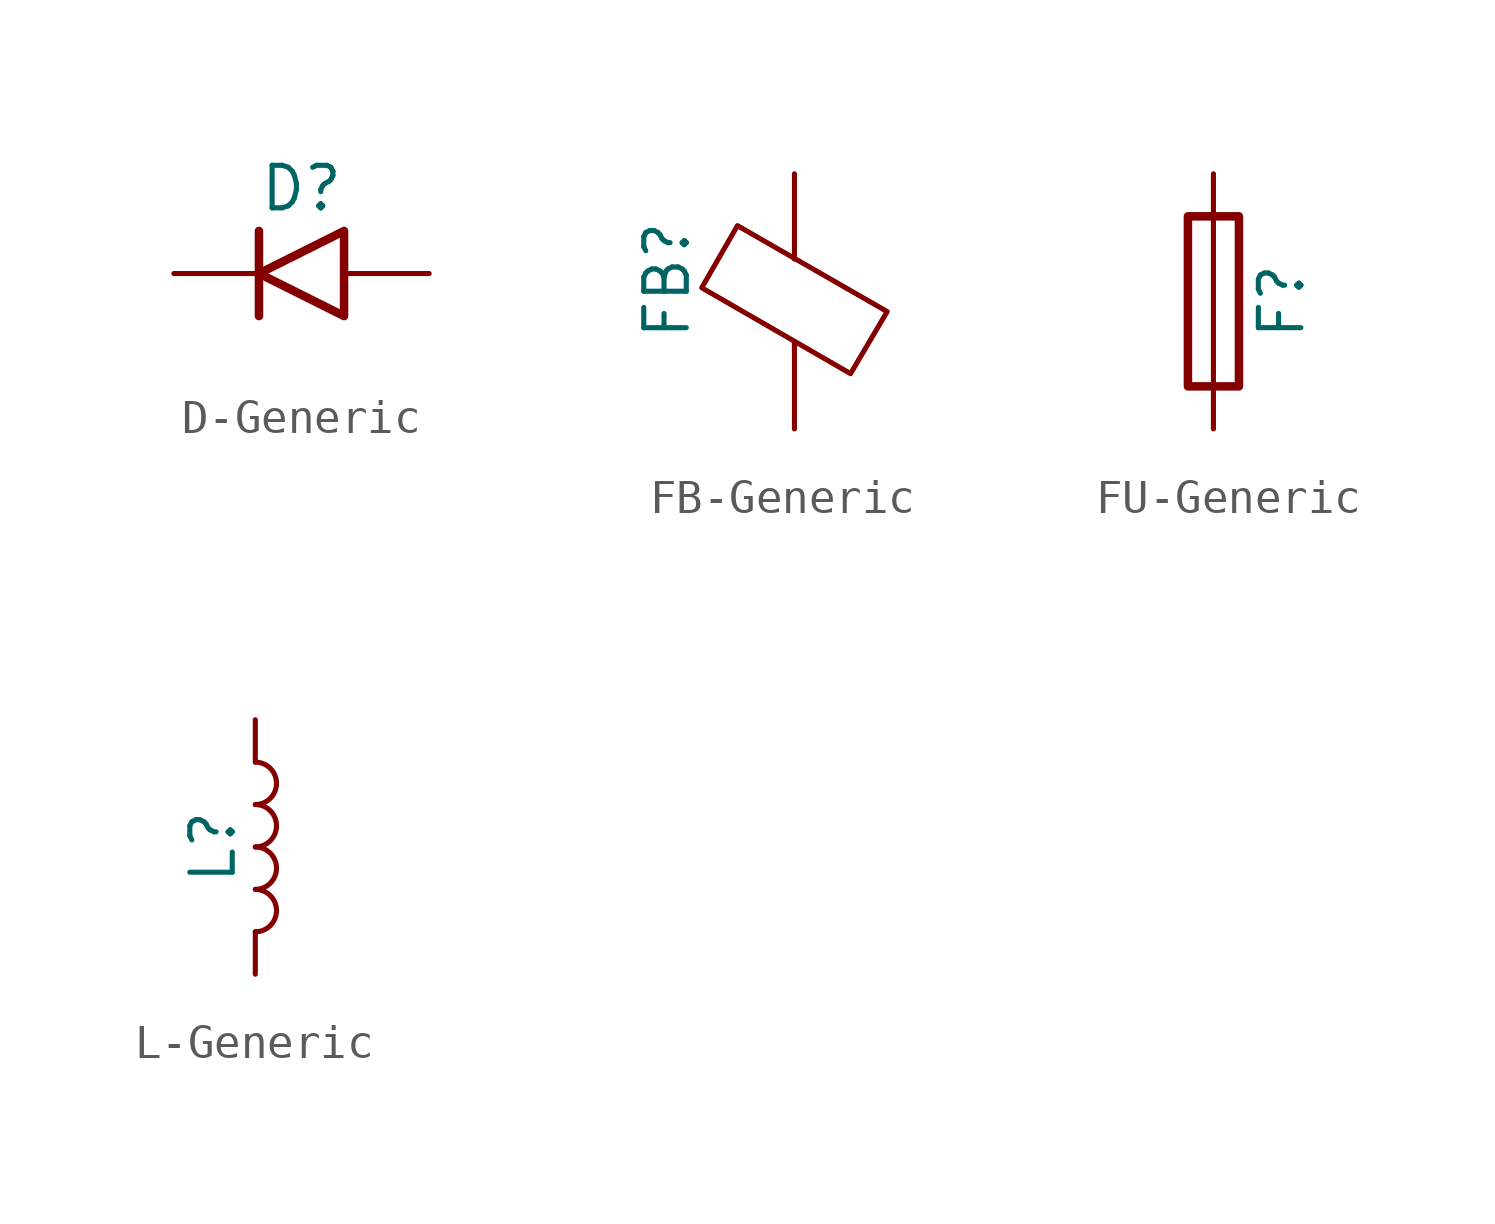
<source format=kicad_sym>
(kicad_symbol_lib
  (version 20241209)
  (generator "kicad_symbol_editor")
  (generator_version "9.0")
  (symbol "D-Generic"
    (pin_numbers
      (hide yes))
    (pin_names
      (offset 1.016)
      (hide yes))
    (property "Reference" "D"
      (at 0 2.54 0)
      (effects (font (size 1.27 1.27))))
    (property "Value" ""
      (at 0 -2.54 0)
      (effects (font (size 1.27 1.27))))
    (symbol "D-Generic_0_1"
      (polyline (pts (xy -1.27 1.27) (xy -1.27 -1.27)) (stroke (width 0.254) (type default)) (fill (type none)))
      (polyline (pts (xy 1.27 1.27) (xy 1.27 -1.27) (xy -1.27 0) (xy 1.27 1.27)) (stroke (width 0.254) (type default)) (fill (type none))))
    (symbol "D-Generic_1_1"
      (pin passive line (at -3.81 0 0) (length 2.54) (name "K" (effects (font (size 1.27 1.27)))) (number "1" (effects (font (size 1.27 1.27)))))
      (pin passive line (at 3.81 0 180) (length 2.54) (name "A" (effects (font (size 1.27 1.27)))) (number "2" (effects (font (size 1.27 1.27)))))))
  (symbol "FB-Generic"
    (pin_numbers
      (hide yes))
    (pin_names
      (offset 0))
    (property "Reference" "FB"
      (at -3.81 0.635 90)
      (effects (font (size 1.27 1.27))))
    (property "Value" ""
      (at 3.81 0 90)
      (effects (font (size 1.27 1.27))))
    (symbol "FB-Generic_0_1"
      (polyline (pts (xy -2.769 0.406) (xy -1.702 2.261) (xy 2.769 -0.305) (xy 1.676 -2.159) (xy -2.769 0.406)) (stroke (width 0) (type default)) (fill (type none)))
      (polyline (pts (xy 0 1.27) (xy 0 1.295)) (stroke (width 0) (type default)) (fill (type none)))
      (polyline (pts (xy 0 -1.27) (xy 0 -1.219)) (stroke (width 0) (type default)) (fill (type none))))
    (symbol "FB-Generic_1_1"
      (pin passive line (at 0 3.81 270) (length 2.54) (name "~" (effects (font (size 1.27 1.27)))) (number "1" (effects (font (size 1.27 1.27)))))
      (pin passive line (at 0 -3.81 90) (length 2.54) (name "~" (effects (font (size 1.27 1.27)))) (number "2" (effects (font (size 1.27 1.27)))))))
  (symbol "FU-Generic"
    (pin_numbers
      (hide yes))
    (pin_names
      (offset 0))
    (property "Reference" "F"
      (at 2.032 0 90)
      (effects (font (size 1.27 1.27))))
    (property "Value" ""
      (at -1.905 0 90)
      (effects (font (size 1.27 1.27))))
    (symbol "FU-Generic_0_1"
      (rectangle (start -0.762 -2.54) (end 0.762 2.54) (stroke (width 0.254) (type default)) (fill (type none)))
      (polyline (pts (xy 0 2.54) (xy 0 -2.54)) (stroke (width 0) (type default)) (fill (type none))))
    (symbol "FU-Generic_1_1"
      (pin passive line (at 0 3.81 270) (length 1.27) (name "~" (effects (font (size 1.27 1.27)))) (number "1" (effects (font (size 1.27 1.27)))))
      (pin passive line (at 0 -3.81 90) (length 1.27) (name "~" (effects (font (size 1.27 1.27)))) (number "2" (effects (font (size 1.27 1.27)))))))
  (symbol "L-Generic"
    (pin_numbers
      (hide yes))
    (pin_names
      (offset 1.016)
      (hide yes))
    (property "Reference" "L"
      (at -1.27 0 90)
      (effects (font (size 1.27 1.27))))
    (property "Value" ""
      (at 1.905 0 90)
      (effects (font (size 1.27 1.27))))
    (symbol "L-Generic_0_1"
      (arc (start 0 2.54) (mid 0.6323 1.905) (end 0 1.27) (stroke (width 0) (type default)) (fill (type none)))
      (arc (start 0 1.27) (mid 0.6323 0.635) (end 0 0) (stroke (width 0) (type default)) (fill (type none)))
      (arc (start 0 0) (mid 0.6323 -0.635) (end 0 -1.27) (stroke (width 0) (type default)) (fill (type none)))
      (arc (start 0 -1.27) (mid 0.6323 -1.905) (end 0 -2.54) (stroke (width 0) (type default)) (fill (type none))))
    (symbol "L-Generic_1_1"
      (pin passive line (at 0 3.81 270) (length 1.27) (name "1" (effects (font (size 1.27 1.27)))) (number "1" (effects (font (size 1.27 1.27)))))
      (pin passive line (at 0 -3.81 90) (length 1.27) (name "2" (effects (font (size 1.27 1.27)))) (number "2" (effects (font (size 1.27 1.27))))))))
</source>
